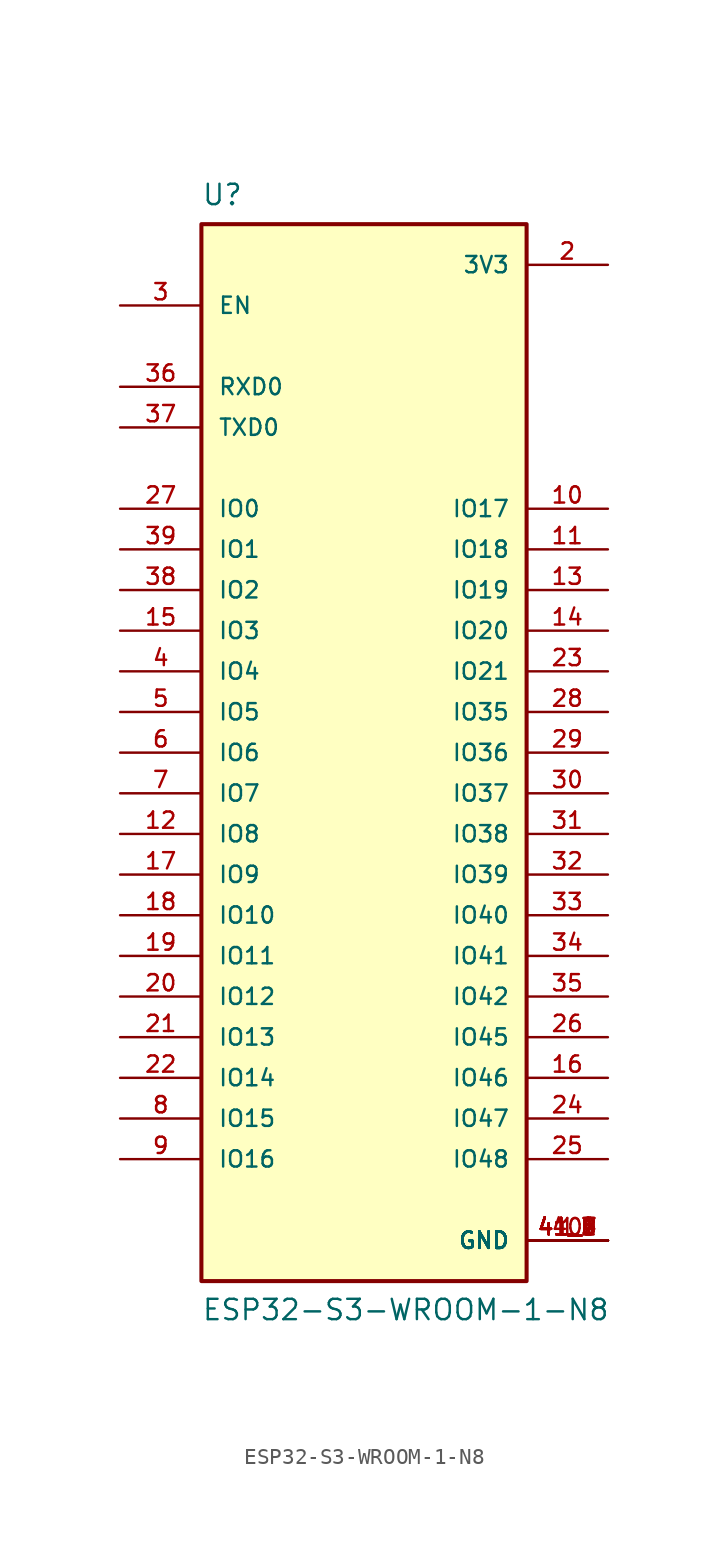
<source format=kicad_sym>
(kicad_symbol_lib
  (version 20211014)
  (generator kicad_symbol_editor)
  (symbol "ESP32-S3-WROOM-1-N8"
    (pin_names
      (offset 1.016))
    (property "Reference" "U"
      (at -10.16 31.572 0)
      (effects (font (size 1.27 1.27)) (justify bottom left)))
    (property "Value" "ESP32-S3-WROOM-1-N8"
      (at -10.16 -38.1 0)
      (effects (font (size 1.27 1.27)) (justify bottom left)))
    (symbol "ESP32-S3-WROOM-1-N8_0_0"
      (rectangle (start -10.16 -35.56) (end 10.16 30.48) (stroke (width 0.254)) (fill (type background)))
      (pin power_in line (at 15.24 -33.02 180.0) (length 5.08) (name "GND" (effects (font (size 1.016 1.016)))) (number "1" (effects (font (size 1.016 1.016)))))
      (pin power_in line (at 15.24 -33.02 180.0) (length 5.08) (name "GND" (effects (font (size 1.016 1.016)))) (number "40" (effects (font (size 1.016 1.016)))))
      (pin power_in line (at 15.24 -33.02 180.0) (length 5.08) (name "GND" (effects (font (size 1.016 1.016)))) (number "41_1" (effects (font (size 1.016 1.016)))))
      (pin power_in line (at 15.24 -33.02 180.0) (length 5.08) (name "GND" (effects (font (size 1.016 1.016)))) (number "41_2" (effects (font (size 1.016 1.016)))))
      (pin power_in line (at 15.24 -33.02 180.0) (length 5.08) (name "GND" (effects (font (size 1.016 1.016)))) (number "41_3" (effects (font (size 1.016 1.016)))))
      (pin power_in line (at 15.24 -33.02 180.0) (length 5.08) (name "GND" (effects (font (size 1.016 1.016)))) (number "41_4" (effects (font (size 1.016 1.016)))))
      (pin power_in line (at 15.24 -33.02 180.0) (length 5.08) (name "GND" (effects (font (size 1.016 1.016)))) (number "41_5" (effects (font (size 1.016 1.016)))))
      (pin power_in line (at 15.24 -33.02 180.0) (length 5.08) (name "GND" (effects (font (size 1.016 1.016)))) (number "41_6" (effects (font (size 1.016 1.016)))))
      (pin power_in line (at 15.24 -33.02 180.0) (length 5.08) (name "GND" (effects (font (size 1.016 1.016)))) (number "41_7" (effects (font (size 1.016 1.016)))))
      (pin power_in line (at 15.24 -33.02 180.0) (length 5.08) (name "GND" (effects (font (size 1.016 1.016)))) (number "41_8" (effects (font (size 1.016 1.016)))))
      (pin power_in line (at 15.24 -33.02 180.0) (length 5.08) (name "GND" (effects (font (size 1.016 1.016)))) (number "41_9" (effects (font (size 1.016 1.016)))))
      (pin power_in line (at 15.24 27.94 180.0) (length 5.08) (name "3V3" (effects (font (size 1.016 1.016)))) (number "2" (effects (font (size 1.016 1.016)))))
      (pin input line (at -15.24 25.4 0) (length 5.08) (name "EN" (effects (font (size 1.016 1.016)))) (number "3" (effects (font (size 1.016 1.016)))))
      (pin bidirectional line (at 15.24 0.0 180.0) (length 5.08) (name "IO35" (effects (font (size 1.016 1.016)))) (number "28" (effects (font (size 1.016 1.016)))))
      (pin bidirectional line (at 15.24 -15.24 180.0) (length 5.08) (name "IO41" (effects (font (size 1.016 1.016)))) (number "34" (effects (font (size 1.016 1.016)))))
      (pin bidirectional line (at 15.24 -10.16 180.0) (length 5.08) (name "IO39" (effects (font (size 1.016 1.016)))) (number "32" (effects (font (size 1.016 1.016)))))
      (pin bidirectional line (at 15.24 -12.7 180.0) (length 5.08) (name "IO40" (effects (font (size 1.016 1.016)))) (number "33" (effects (font (size 1.016 1.016)))))
      (pin bidirectional line (at -15.24 -22.86 0) (length 5.08) (name "IO14" (effects (font (size 1.016 1.016)))) (number "22" (effects (font (size 1.016 1.016)))))
      (pin bidirectional line (at -15.24 -17.78 0) (length 5.08) (name "IO12" (effects (font (size 1.016 1.016)))) (number "20" (effects (font (size 1.016 1.016)))))
      (pin bidirectional line (at -15.24 -20.32 0) (length 5.08) (name "IO13" (effects (font (size 1.016 1.016)))) (number "21" (effects (font (size 1.016 1.016)))))
      (pin bidirectional line (at -15.24 -25.4 0) (length 5.08) (name "IO15" (effects (font (size 1.016 1.016)))) (number "8" (effects (font (size 1.016 1.016)))))
      (pin bidirectional line (at -15.24 7.62 0) (length 5.08) (name "IO2" (effects (font (size 1.016 1.016)))) (number "38" (effects (font (size 1.016 1.016)))))
      (pin bidirectional line (at -15.24 12.7 0) (length 5.08) (name "IO0" (effects (font (size 1.016 1.016)))) (number "27" (effects (font (size 1.016 1.016)))))
      (pin bidirectional line (at -15.24 2.54 0) (length 5.08) (name "IO4" (effects (font (size 1.016 1.016)))) (number "4" (effects (font (size 1.016 1.016)))))
      (pin bidirectional line (at -15.24 -27.94 0) (length 5.08) (name "IO16" (effects (font (size 1.016 1.016)))) (number "9" (effects (font (size 1.016 1.016)))))
      (pin bidirectional line (at 15.24 12.7 180.0) (length 5.08) (name "IO17" (effects (font (size 1.016 1.016)))) (number "10" (effects (font (size 1.016 1.016)))))
      (pin bidirectional line (at -15.24 0.0 0) (length 5.08) (name "IO5" (effects (font (size 1.016 1.016)))) (number "5" (effects (font (size 1.016 1.016)))))
      (pin bidirectional line (at 15.24 10.16 180.0) (length 5.08) (name "IO18" (effects (font (size 1.016 1.016)))) (number "11" (effects (font (size 1.016 1.016)))))
      (pin bidirectional line (at 15.24 7.62 180.0) (length 5.08) (name "IO19" (effects (font (size 1.016 1.016)))) (number "13" (effects (font (size 1.016 1.016)))))
      (pin bidirectional line (at 15.24 2.54 180.0) (length 5.08) (name "IO21" (effects (font (size 1.016 1.016)))) (number "23" (effects (font (size 1.016 1.016)))))
      (pin bidirectional line (at 15.24 -5.08 180.0) (length 5.08) (name "IO37" (effects (font (size 1.016 1.016)))) (number "30" (effects (font (size 1.016 1.016)))))
      (pin bidirectional line (at 15.24 -7.62 180.0) (length 5.08) (name "IO38" (effects (font (size 1.016 1.016)))) (number "31" (effects (font (size 1.016 1.016)))))
      (pin bidirectional line (at -15.24 10.16 0) (length 5.08) (name "IO1" (effects (font (size 1.016 1.016)))) (number "39" (effects (font (size 1.016 1.016)))))
      (pin bidirectional line (at -15.24 5.08 0) (length 5.08) (name "IO3" (effects (font (size 1.016 1.016)))) (number "15" (effects (font (size 1.016 1.016)))))
      (pin bidirectional line (at -15.24 -2.54 0) (length 5.08) (name "IO6" (effects (font (size 1.016 1.016)))) (number "6" (effects (font (size 1.016 1.016)))))
      (pin bidirectional line (at -15.24 -5.08 0) (length 5.08) (name "IO7" (effects (font (size 1.016 1.016)))) (number "7" (effects (font (size 1.016 1.016)))))
      (pin bidirectional line (at -15.24 -7.62 0) (length 5.08) (name "IO8" (effects (font (size 1.016 1.016)))) (number "12" (effects (font (size 1.016 1.016)))))
      (pin bidirectional line (at -15.24 -10.16 0) (length 5.08) (name "IO9" (effects (font (size 1.016 1.016)))) (number "17" (effects (font (size 1.016 1.016)))))
      (pin bidirectional line (at -15.24 -12.7 0) (length 5.08) (name "IO10" (effects (font (size 1.016 1.016)))) (number "18" (effects (font (size 1.016 1.016)))))
      (pin bidirectional line (at -15.24 -15.24 0) (length 5.08) (name "IO11" (effects (font (size 1.016 1.016)))) (number "19" (effects (font (size 1.016 1.016)))))
      (pin bidirectional line (at 15.24 -2.54 180.0) (length 5.08) (name "IO36" (effects (font (size 1.016 1.016)))) (number "29" (effects (font (size 1.016 1.016)))))
      (pin bidirectional line (at 15.24 -17.78 180.0) (length 5.08) (name "IO42" (effects (font (size 1.016 1.016)))) (number "35" (effects (font (size 1.016 1.016)))))
      (pin bidirectional line (at 15.24 5.08 180.0) (length 5.08) (name "IO20" (effects (font (size 1.016 1.016)))) (number "14" (effects (font (size 1.016 1.016)))))
      (pin bidirectional line (at -15.24 17.78 0) (length 5.08) (name "TXD0" (effects (font (size 1.016 1.016)))) (number "37" (effects (font (size 1.016 1.016)))))
      (pin bidirectional line (at -15.24 20.32 0) (length 5.08) (name "RXD0" (effects (font (size 1.016 1.016)))) (number "36" (effects (font (size 1.016 1.016)))))
      (pin bidirectional line (at 15.24 -20.32 180.0) (length 5.08) (name "IO45" (effects (font (size 1.016 1.016)))) (number "26" (effects (font (size 1.016 1.016)))))
      (pin bidirectional line (at 15.24 -22.86 180.0) (length 5.08) (name "IO46" (effects (font (size 1.016 1.016)))) (number "16" (effects (font (size 1.016 1.016)))))
      (pin bidirectional line (at 15.24 -25.4 180.0) (length 5.08) (name "IO47" (effects (font (size 1.016 1.016)))) (number "24" (effects (font (size 1.016 1.016)))))
      (pin bidirectional line (at 15.24 -27.94 180.0) (length 5.08) (name "IO48" (effects (font (size 1.016 1.016)))) (number "25" (effects (font (size 1.016 1.016))))))))
</source>
